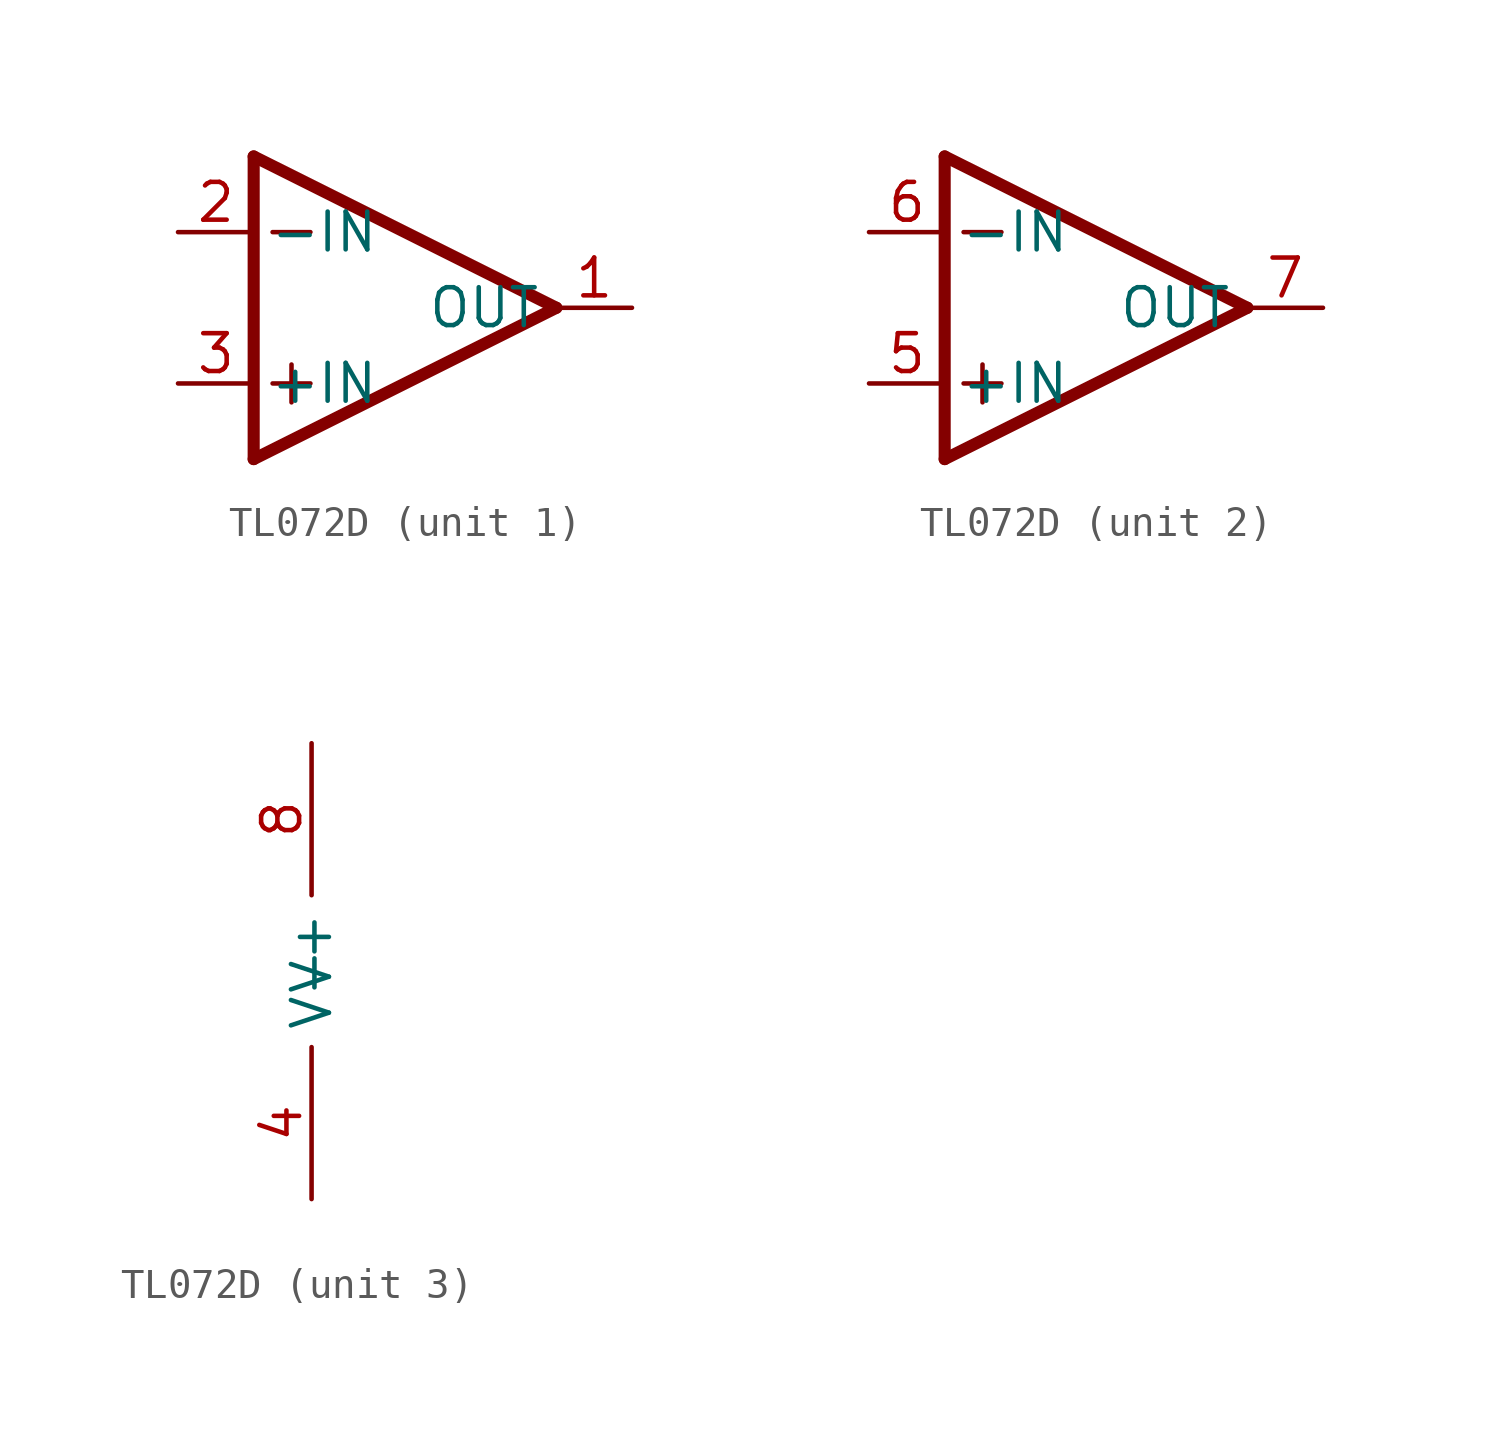
<source format=kicad_sym>
(kicad_symbol_lib
  (version 20231120)
  (generator "kicad_symbol_editor")
  (generator_version "8.0")
  (symbol "TL072D"
    (property "Reference" "IC"
      (at 0 0 0)
      (effects (font (size 1.27 1.27)) (hide yes)))
    (property "ki_locked" ""
      (at 0 0 0)
      (effects (font (size 1.27 1.27))))
    (symbol "TL072D_1_0"
      (polyline (pts (xy -5.08 -5.08) (xy -5.08 5.08)) (stroke (width 0.406) (type solid)) (fill (type none)))
      (polyline (pts (xy -5.08 5.08) (xy 5.08 0)) (stroke (width 0.406) (type solid)) (fill (type none)))
      (polyline (pts (xy -4.445 -2.54) (xy -3.175 -2.54)) (stroke (width 0.152) (type solid)) (fill (type none)))
      (polyline (pts (xy -4.445 2.54) (xy -3.175 2.54)) (stroke (width 0.152) (type solid)) (fill (type none)))
      (polyline (pts (xy -3.81 -3.175) (xy -3.81 -1.905)) (stroke (width 0.152) (type solid)) (fill (type none)))
      (polyline (pts (xy 5.08 0) (xy -5.08 -5.08)) (stroke (width 0.406) (type solid)) (fill (type none)))
      (pin output line (at 7.62 0 180) (length 2.54) (name "OUT" (effects (font (size 1.27 1.27)))) (number "1" (effects (font (size 1.27 1.27)))))
      (pin input line (at -7.62 2.54 0) (length 2.54) (name "-IN" (effects (font (size 1.27 1.27)))) (number "2" (effects (font (size 1.27 1.27)))))
      (pin input line (at -7.62 -2.54 0) (length 2.54) (name "+IN" (effects (font (size 1.27 1.27)))) (number "3" (effects (font (size 1.27 1.27))))))
    (symbol "TL072D_2_0"
      (polyline (pts (xy -5.08 -5.08) (xy -5.08 5.08)) (stroke (width 0.406) (type solid)) (fill (type none)))
      (polyline (pts (xy -5.08 5.08) (xy 5.08 0)) (stroke (width 0.406) (type solid)) (fill (type none)))
      (polyline (pts (xy -4.445 -2.54) (xy -3.175 -2.54)) (stroke (width 0.152) (type solid)) (fill (type none)))
      (polyline (pts (xy -4.445 2.54) (xy -3.175 2.54)) (stroke (width 0.152) (type solid)) (fill (type none)))
      (polyline (pts (xy -3.81 -3.175) (xy -3.81 -1.905)) (stroke (width 0.152) (type solid)) (fill (type none)))
      (polyline (pts (xy 5.08 0) (xy -5.08 -5.08)) (stroke (width 0.406) (type solid)) (fill (type none)))
      (pin input line (at -7.62 -2.54 0) (length 2.54) (name "+IN" (effects (font (size 1.27 1.27)))) (number "5" (effects (font (size 1.27 1.27)))))
      (pin input line (at -7.62 2.54 0) (length 2.54) (name "-IN" (effects (font (size 1.27 1.27)))) (number "6" (effects (font (size 1.27 1.27)))))
      (pin output line (at 7.62 0 180) (length 2.54) (name "OUT" (effects (font (size 1.27 1.27)))) (number "7" (effects (font (size 1.27 1.27))))))
    (symbol "TL072D_3_0"
      (pin power_in line (at 0 -7.62 90) (length 5.08) (name "V-" (effects (font (size 1.27 1.27)))) (number "4" (effects (font (size 1.27 1.27)))))
      (pin power_in line (at 0 7.62 270) (length 5.08) (name "V+" (effects (font (size 1.27 1.27)))) (number "8" (effects (font (size 1.27 1.27))))))))
</source>
